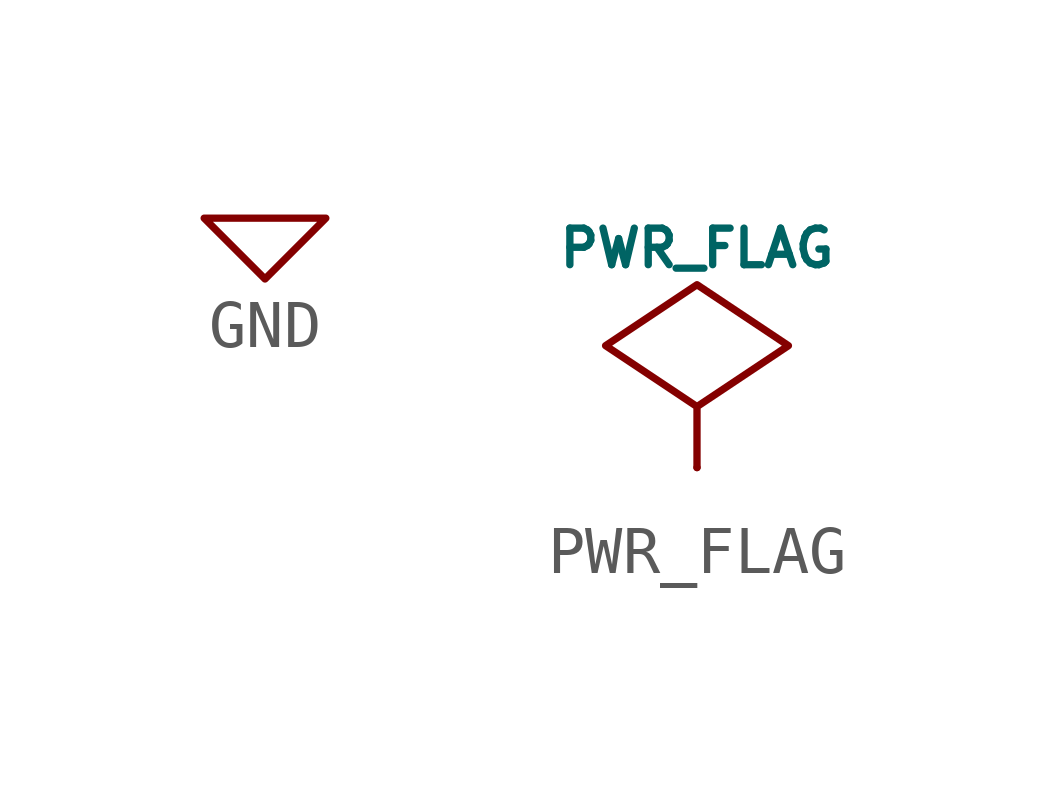
<source format=kicad_sym>
(kicad_symbol_lib
  (version 20201005)
  (generator kicad_symbol_editor)
  (symbol "sonde_xilinx_schlib:GND"
    (power)
    (pin_names
      (offset 0))
    (property "Reference" "#PWR"
      (at 0 0 0)
      (effects (font (size 0.762 0.762)) hide))
    (property "Footprint" ""
      (at 0 0 0)
      (effects (font (size 1.524 1.524))))
    (property "Datasheet" ""
      (at 0 0 0)
      (effects (font (size 1.524 1.524))))
    (symbol "GND_0_1"
      (polyline (pts (xy -1.27 0) (xy 0 -1.27) (xy 1.27 0) (xy -1.27 0)) (stroke (width 0)) (fill (type none))))
    (symbol "GND_1_1"
      (pin power_in line (at 0 0 90) (length 0) hide (name "GND" (effects (font (size 0.762 0.762)))) (number "1" (effects (font (size 0.762 0.762)))))))
  (symbol "sonde_xilinx_schlib:PWR_FLAG"
    (power)
    (pin_numbers hide)
    (pin_names
      (offset 0) hide)
    (property "Reference" "#FLG"
      (at 0 2.413 0)
      (effects (font (size 0.762 0.762)) hide))
    (property "Value" "PWR_FLAG"
      (at 0 4.572 0)
      (effects (font (size 0.762 0.762))))
    (property "Footprint" ""
      (at 0 0 0)
      (effects (font (size 1.524 1.524))))
    (property "Datasheet" ""
      (at 0 0 0)
      (effects (font (size 1.524 1.524))))
    (symbol "PWR_FLAG_0_1"
      (polyline (pts (xy 0 0) (xy 0 1.27) (xy -1.905 2.54) (xy 0 3.81) (xy 1.905 2.54) (xy 0 1.27)) (stroke (width 0)) (fill (type none))))
    (symbol "PWR_FLAG_0_0"
      (pin power_out line (at 0 0 90) (length 0) (name "pwr" (effects (font (size 0.508 0.508)))) (number "1" (effects (font (size 0.508 0.508))))))))
</source>
